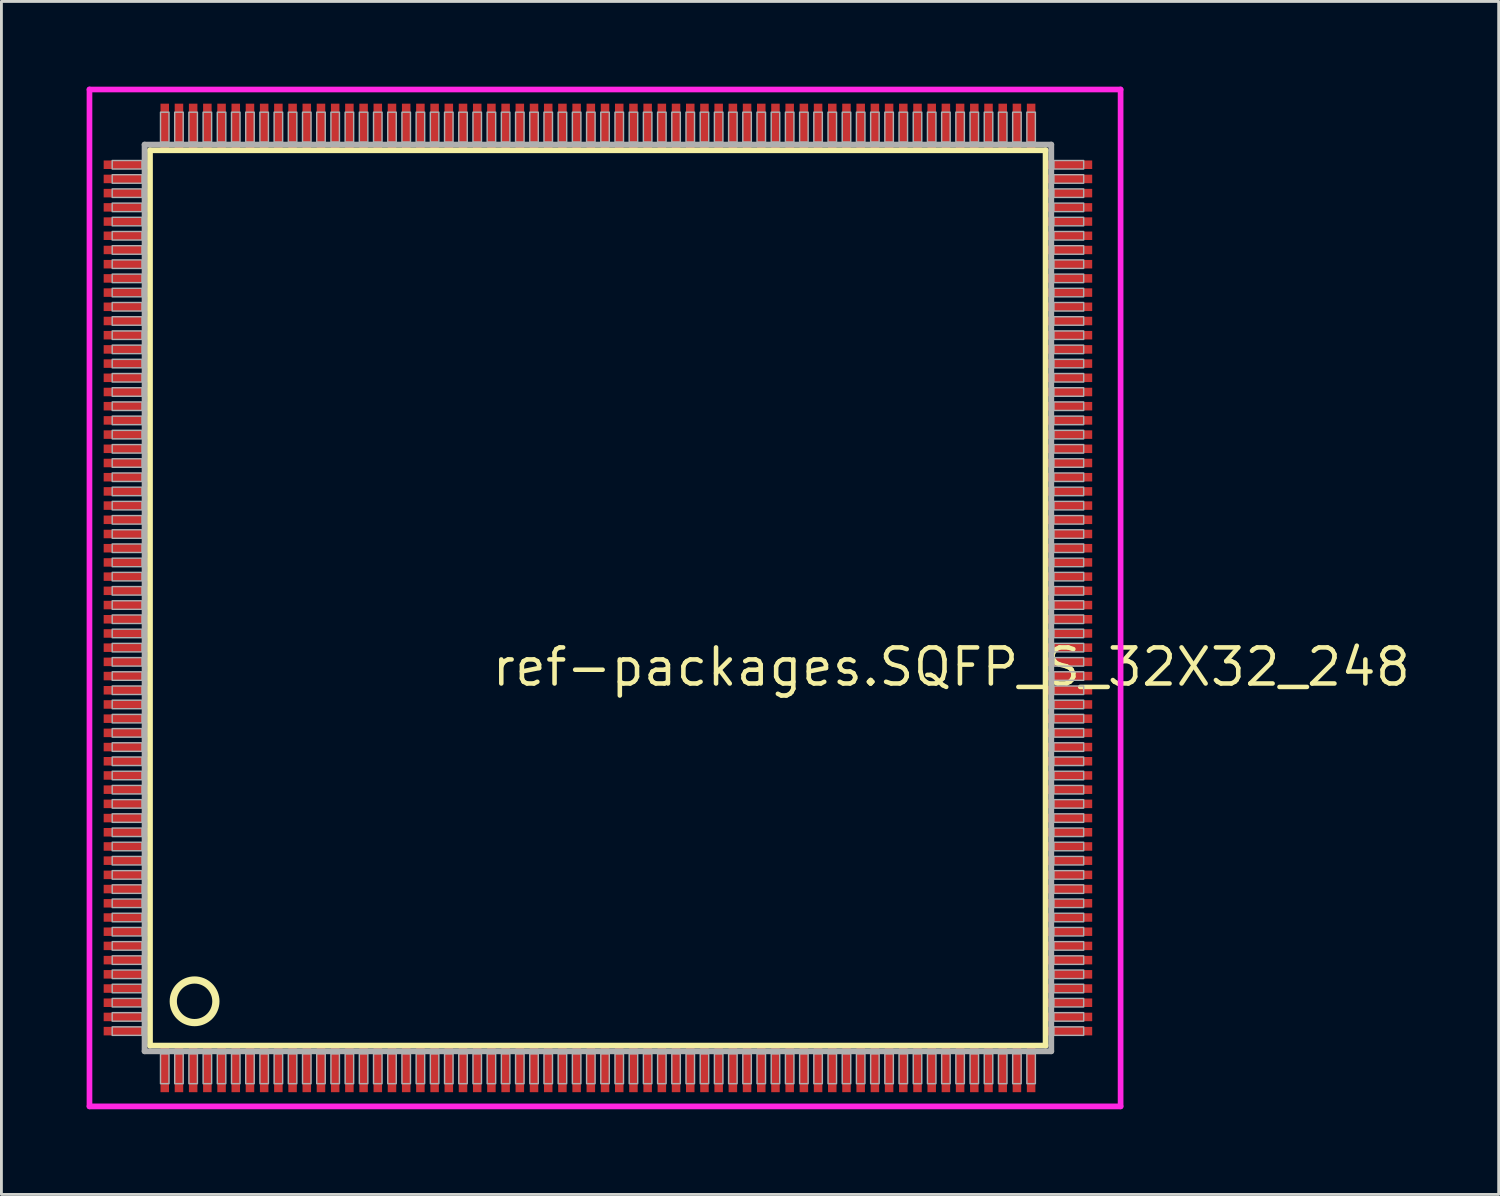
<source format=kicad_pcb>
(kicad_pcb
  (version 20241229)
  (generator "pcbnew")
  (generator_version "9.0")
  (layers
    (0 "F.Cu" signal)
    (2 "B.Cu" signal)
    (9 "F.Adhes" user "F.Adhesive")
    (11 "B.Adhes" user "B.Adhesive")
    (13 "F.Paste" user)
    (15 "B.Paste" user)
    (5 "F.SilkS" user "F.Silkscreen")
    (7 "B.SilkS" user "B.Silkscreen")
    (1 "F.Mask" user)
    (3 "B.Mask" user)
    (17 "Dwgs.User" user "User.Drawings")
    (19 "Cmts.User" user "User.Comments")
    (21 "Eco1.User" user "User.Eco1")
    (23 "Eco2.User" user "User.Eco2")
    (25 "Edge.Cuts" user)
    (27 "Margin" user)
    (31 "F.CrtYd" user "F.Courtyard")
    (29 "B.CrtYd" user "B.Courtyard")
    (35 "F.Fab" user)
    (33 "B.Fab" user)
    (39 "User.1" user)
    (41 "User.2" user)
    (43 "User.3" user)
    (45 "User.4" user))
  (footprint "ref-packages.SQFP_S_32X32_248"
    (layer "F.Cu")
    (at 18 18)
    (property "Reference" "ref-packages.SQFP_S_32X32_248" (at -3.81 3.175 0) (layer "F.SilkS") (effects (font (size 1.27 1.27) (thickness 0.16)) (justify left bottom)))
    (attr smd)
    (fp_line (start -15.77 -15.76) (end 15.76 -15.76) (stroke (width 0.203) (type default)) (layer "F.SilkS"))
    (fp_line (start -15.77 15.76) (end -15.77 -15.76) (stroke (width 0.203) (type default)) (layer "F.SilkS"))
    (fp_line (start 15.76 15.76) (end -15.77 15.76) (stroke (width 0.203) (type default)) (layer "F.SilkS"))
    (fp_line (start 15.76 -15.76) (end 15.76 15.76) (stroke (width 0.203) (type default)) (layer "F.SilkS"))
    (fp_circle (center -14.2 14.2) (end -13.45 14.2) (stroke (width 0.254) (type default)) (fill no) (layer "F.SilkS"))
    (fp_line (start -17.9 -17.9) (end 18.4 -17.9) (stroke (width 0.2) (type default)) (layer "F.CrtYd"))
    (fp_line (start -17.9 17.9) (end -17.9 -17.9) (stroke (width 0.2) (type default)) (layer "F.CrtYd"))
    (fp_line (start 18.4 -17.9) (end 18.4 17.9) (stroke (width 0.2) (type default)) (layer "F.CrtYd"))
    (fp_line (start 18.4 17.9) (end -17.9 17.9) (stroke (width 0.2) (type default)) (layer "F.CrtYd"))
    (fp_line (start -15.96 -15.96) (end -15.96 15.96) (stroke (width 0.203) (type default)) (layer "F.Fab"))
    (fp_line (start -15.96 15.96) (end 15.96 15.96) (stroke (width 0.203) (type default)) (layer "F.Fab"))
    (fp_line (start 15.96 -15.96) (end -15.96 -15.96) (stroke (width 0.203) (type default)) (layer "F.Fab"))
    (fp_line (start 15.96 15.96) (end 15.96 -15.96) (stroke (width 0.203) (type default)) (layer "F.Fab"))
    (fp_rect (start -17.1 -15.1) (end -16.05 -15.4) (stroke (width 0.05) (type default)) (fill no) (layer "F.Fab"))
    (fp_rect (start -17.1 -14.6) (end -16.05 -14.9) (stroke (width 0.05) (type default)) (fill no) (layer "F.Fab"))
    (fp_rect (start -17.1 -14.1) (end -16.05 -14.4) (stroke (width 0.05) (type default)) (fill no) (layer "F.Fab"))
    (fp_rect (start -17.1 -13.6) (end -16.05 -13.9) (stroke (width 0.05) (type default)) (fill no) (layer "F.Fab"))
    (fp_rect (start -17.1 -13.1) (end -16.05 -13.4) (stroke (width 0.05) (type default)) (fill no) (layer "F.Fab"))
    (fp_rect (start -17.1 -12.6) (end -16.05 -12.9) (stroke (width 0.05) (type default)) (fill no) (layer "F.Fab"))
    (fp_rect (start -17.1 -12.1) (end -16.05 -12.4) (stroke (width 0.05) (type default)) (fill no) (layer "F.Fab"))
    (fp_rect (start -17.1 -11.6) (end -16.05 -11.9) (stroke (width 0.05) (type default)) (fill no) (layer "F.Fab"))
    (fp_rect (start -17.1 -11.1) (end -16.05 -11.4) (stroke (width 0.05) (type default)) (fill no) (layer "F.Fab"))
    (fp_rect (start -17.1 -10.6) (end -16.05 -10.9) (stroke (width 0.05) (type default)) (fill no) (layer "F.Fab"))
    (fp_rect (start -17.1 -10.1) (end -16.05 -10.4) (stroke (width 0.05) (type default)) (fill no) (layer "F.Fab"))
    (fp_rect (start -17.1 -9.6) (end -16.05 -9.9) (stroke (width 0.05) (type default)) (fill no) (layer "F.Fab"))
    (fp_rect (start -17.1 -9.1) (end -16.05 -9.4) (stroke (width 0.05) (type default)) (fill no) (layer "F.Fab"))
    (fp_rect (start -17.1 -8.6) (end -16.05 -8.9) (stroke (width 0.05) (type default)) (fill no) (layer "F.Fab"))
    (fp_rect (start -17.1 -8.1) (end -16.05 -8.4) (stroke (width 0.05) (type default)) (fill no) (layer "F.Fab"))
    (fp_rect (start -17.1 -7.6) (end -16.05 -7.9) (stroke (width 0.05) (type default)) (fill no) (layer "F.Fab"))
    (fp_rect (start -17.1 -7.1) (end -16.05 -7.4) (stroke (width 0.05) (type default)) (fill no) (layer "F.Fab"))
    (fp_rect (start -17.1 -6.6) (end -16.05 -6.9) (stroke (width 0.05) (type default)) (fill no) (layer "F.Fab"))
    (fp_rect (start -17.1 -6.1) (end -16.05 -6.4) (stroke (width 0.05) (type default)) (fill no) (layer "F.Fab"))
    (fp_rect (start -17.1 -5.6) (end -16.05 -5.9) (stroke (width 0.05) (type default)) (fill no) (layer "F.Fab"))
    (fp_rect (start -17.1 -5.1) (end -16.05 -5.4) (stroke (width 0.05) (type default)) (fill no) (layer "F.Fab"))
    (fp_rect (start -17.1 -4.6) (end -16.05 -4.9) (stroke (width 0.05) (type default)) (fill no) (layer "F.Fab"))
    (fp_rect (start -17.1 -4.1) (end -16.05 -4.4) (stroke (width 0.05) (type default)) (fill no) (layer "F.Fab"))
    (fp_rect (start -17.1 -3.6) (end -16.05 -3.9) (stroke (width 0.05) (type default)) (fill no) (layer "F.Fab"))
    (fp_rect (start -17.1 -3.1) (end -16.05 -3.4) (stroke (width 0.05) (type default)) (fill no) (layer "F.Fab"))
    (fp_rect (start -17.1 -2.6) (end -16.05 -2.9) (stroke (width 0.05) (type default)) (fill no) (layer "F.Fab"))
    (fp_rect (start -17.1 -2.1) (end -16.05 -2.4) (stroke (width 0.05) (type default)) (fill no) (layer "F.Fab"))
    (fp_rect (start -17.1 -1.6) (end -16.05 -1.9) (stroke (width 0.05) (type default)) (fill no) (layer "F.Fab"))
    (fp_rect (start -17.1 -1.1) (end -16.05 -1.4) (stroke (width 0.05) (type default)) (fill no) (layer "F.Fab"))
    (fp_rect (start -17.1 -0.6) (end -16.05 -0.9) (stroke (width 0.05) (type default)) (fill no) (layer "F.Fab"))
    (fp_rect (start -17.1 -0.1) (end -16.05 -0.4) (stroke (width 0.05) (type default)) (fill no) (layer "F.Fab"))
    (fp_rect (start -17.1 0.4) (end -16.05 0.1) (stroke (width 0.05) (type default)) (fill no) (layer "F.Fab"))
    (fp_rect (start -17.1 0.9) (end -16.05 0.6) (stroke (width 0.05) (type default)) (fill no) (layer "F.Fab"))
    (fp_rect (start -17.1 1.4) (end -16.05 1.1) (stroke (width 0.05) (type default)) (fill no) (layer "F.Fab"))
    (fp_rect (start -17.1 1.9) (end -16.05 1.6) (stroke (width 0.05) (type default)) (fill no) (layer "F.Fab"))
    (fp_rect (start -17.1 2.4) (end -16.05 2.1) (stroke (width 0.05) (type default)) (fill no) (layer "F.Fab"))
    (fp_rect (start -17.1 2.9) (end -16.05 2.6) (stroke (width 0.05) (type default)) (fill no) (layer "F.Fab"))
    (fp_rect (start -17.1 3.4) (end -16.05 3.1) (stroke (width 0.05) (type default)) (fill no) (layer "F.Fab"))
    (fp_rect (start -17.1 3.9) (end -16.05 3.6) (stroke (width 0.05) (type default)) (fill no) (layer "F.Fab"))
    (fp_rect (start -17.1 4.4) (end -16.05 4.1) (stroke (width 0.05) (type default)) (fill no) (layer "F.Fab"))
    (fp_rect (start -17.1 4.9) (end -16.05 4.6) (stroke (width 0.05) (type default)) (fill no) (layer "F.Fab"))
    (fp_rect (start -17.1 5.4) (end -16.05 5.1) (stroke (width 0.05) (type default)) (fill no) (layer "F.Fab"))
    (fp_rect (start -17.1 5.9) (end -16.05 5.6) (stroke (width 0.05) (type default)) (fill no) (layer "F.Fab"))
    (fp_rect (start -17.1 6.4) (end -16.05 6.1) (stroke (width 0.05) (type default)) (fill no) (layer "F.Fab"))
    (fp_rect (start -17.1 6.9) (end -16.05 6.6) (stroke (width 0.05) (type default)) (fill no) (layer "F.Fab"))
    (fp_rect (start -17.1 7.4) (end -16.05 7.1) (stroke (width 0.05) (type default)) (fill no) (layer "F.Fab"))
    (fp_rect (start -17.1 7.9) (end -16.05 7.6) (stroke (width 0.05) (type default)) (fill no) (layer "F.Fab"))
    (fp_rect (start -17.1 8.4) (end -16.05 8.1) (stroke (width 0.05) (type default)) (fill no) (layer "F.Fab"))
    (fp_rect (start -17.1 8.9) (end -16.05 8.6) (stroke (width 0.05) (type default)) (fill no) (layer "F.Fab"))
    (fp_rect (start -17.1 9.4) (end -16.05 9.1) (stroke (width 0.05) (type default)) (fill no) (layer "F.Fab"))
    (fp_rect (start -17.1 9.9) (end -16.05 9.6) (stroke (width 0.05) (type default)) (fill no) (layer "F.Fab"))
    (fp_rect (start -17.1 10.4) (end -16.05 10.1) (stroke (width 0.05) (type default)) (fill no) (layer "F.Fab"))
    (fp_rect (start -17.1 10.9) (end -16.05 10.6) (stroke (width 0.05) (type default)) (fill no) (layer "F.Fab"))
    (fp_rect (start -17.1 11.4) (end -16.05 11.1) (stroke (width 0.05) (type default)) (fill no) (layer "F.Fab"))
    (fp_rect (start -17.1 11.9) (end -16.05 11.6) (stroke (width 0.05) (type default)) (fill no) (layer "F.Fab"))
    (fp_rect (start -17.1 12.4) (end -16.05 12.1) (stroke (width 0.05) (type default)) (fill no) (layer "F.Fab"))
    (fp_rect (start -17.1 12.9) (end -16.05 12.6) (stroke (width 0.05) (type default)) (fill no) (layer "F.Fab"))
    (fp_rect (start -17.1 13.4) (end -16.05 13.1) (stroke (width 0.05) (type default)) (fill no) (layer "F.Fab"))
    (fp_rect (start -17.1 13.9) (end -16.05 13.6) (stroke (width 0.05) (type default)) (fill no) (layer "F.Fab"))
    (fp_rect (start -17.1 14.4) (end -16.05 14.1) (stroke (width 0.05) (type default)) (fill no) (layer "F.Fab"))
    (fp_rect (start -17.1 14.9) (end -16.05 14.6) (stroke (width 0.05) (type default)) (fill no) (layer "F.Fab"))
    (fp_rect (start -17.1 15.4) (end -16.05 15.1) (stroke (width 0.05) (type default)) (fill no) (layer "F.Fab"))
    (fp_rect (start -15.4 -16.05) (end -15.1 -17.1) (stroke (width 0.05) (type default)) (fill no) (layer "F.Fab"))
    (fp_rect (start -15.4 17.1) (end -15.1 16.05) (stroke (width 0.05) (type default)) (fill no) (layer "F.Fab"))
    (fp_rect (start -14.9 -16.05) (end -14.6 -17.1) (stroke (width 0.05) (type default)) (fill no) (layer "F.Fab"))
    (fp_rect (start -14.9 17.1) (end -14.6 16.05) (stroke (width 0.05) (type default)) (fill no) (layer "F.Fab"))
    (fp_rect (start -14.4 -16.05) (end -14.1 -17.1) (stroke (width 0.05) (type default)) (fill no) (layer "F.Fab"))
    (fp_rect (start -14.4 17.1) (end -14.1 16.05) (stroke (width 0.05) (type default)) (fill no) (layer "F.Fab"))
    (fp_rect (start -13.9 -16.05) (end -13.6 -17.1) (stroke (width 0.05) (type default)) (fill no) (layer "F.Fab"))
    (fp_rect (start -13.9 17.1) (end -13.6 16.05) (stroke (width 0.05) (type default)) (fill no) (layer "F.Fab"))
    (fp_rect (start -13.4 -16.05) (end -13.1 -17.1) (stroke (width 0.05) (type default)) (fill no) (layer "F.Fab"))
    (fp_rect (start -13.4 17.1) (end -13.1 16.05) (stroke (width 0.05) (type default)) (fill no) (layer "F.Fab"))
    (fp_rect (start -12.9 -16.05) (end -12.6 -17.1) (stroke (width 0.05) (type default)) (fill no) (layer "F.Fab"))
    (fp_rect (start -12.9 17.1) (end -12.6 16.05) (stroke (width 0.05) (type default)) (fill no) (layer "F.Fab"))
    (fp_rect (start -12.4 -16.05) (end -12.1 -17.1) (stroke (width 0.05) (type default)) (fill no) (layer "F.Fab"))
    (fp_rect (start -12.4 17.1) (end -12.1 16.05) (stroke (width 0.05) (type default)) (fill no) (layer "F.Fab"))
    (fp_rect (start -11.9 -16.05) (end -11.6 -17.1) (stroke (width 0.05) (type default)) (fill no) (layer "F.Fab"))
    (fp_rect (start -11.9 17.1) (end -11.6 16.05) (stroke (width 0.05) (type default)) (fill no) (layer "F.Fab"))
    (fp_rect (start -11.4 -16.05) (end -11.1 -17.1) (stroke (width 0.05) (type default)) (fill no) (layer "F.Fab"))
    (fp_rect (start -11.4 17.1) (end -11.1 16.05) (stroke (width 0.05) (type default)) (fill no) (layer "F.Fab"))
    (fp_rect (start -10.9 -16.05) (end -10.6 -17.1) (stroke (width 0.05) (type default)) (fill no) (layer "F.Fab"))
    (fp_rect (start -10.9 17.1) (end -10.6 16.05) (stroke (width 0.05) (type default)) (fill no) (layer "F.Fab"))
    (fp_rect (start -10.4 -16.05) (end -10.1 -17.1) (stroke (width 0.05) (type default)) (fill no) (layer "F.Fab"))
    (fp_rect (start -10.4 17.1) (end -10.1 16.05) (stroke (width 0.05) (type default)) (fill no) (layer "F.Fab"))
    (fp_rect (start -9.9 -16.05) (end -9.6 -17.1) (stroke (width 0.05) (type default)) (fill no) (layer "F.Fab"))
    (fp_rect (start -9.9 17.1) (end -9.6 16.05) (stroke (width 0.05) (type default)) (fill no) (layer "F.Fab"))
    (fp_rect (start -9.4 -16.05) (end -9.1 -17.1) (stroke (width 0.05) (type default)) (fill no) (layer "F.Fab"))
    (fp_rect (start -9.4 17.1) (end -9.1 16.05) (stroke (width 0.05) (type default)) (fill no) (layer "F.Fab"))
    (fp_rect (start -8.9 -16.05) (end -8.6 -17.1) (stroke (width 0.05) (type default)) (fill no) (layer "F.Fab"))
    (fp_rect (start -8.9 17.1) (end -8.6 16.05) (stroke (width 0.05) (type default)) (fill no) (layer "F.Fab"))
    (fp_rect (start -8.4 -16.05) (end -8.1 -17.1) (stroke (width 0.05) (type default)) (fill no) (layer "F.Fab"))
    (fp_rect (start -8.4 17.1) (end -8.1 16.05) (stroke (width 0.05) (type default)) (fill no) (layer "F.Fab"))
    (fp_rect (start -7.9 -16.05) (end -7.6 -17.1) (stroke (width 0.05) (type default)) (fill no) (layer "F.Fab"))
    (fp_rect (start -7.9 17.1) (end -7.6 16.05) (stroke (width 0.05) (type default)) (fill no) (layer "F.Fab"))
    (fp_rect (start -7.4 -16.05) (end -7.1 -17.1) (stroke (width 0.05) (type default)) (fill no) (layer "F.Fab"))
    (fp_rect (start -7.4 17.1) (end -7.1 16.05) (stroke (width 0.05) (type default)) (fill no) (layer "F.Fab"))
    (fp_rect (start -6.9 -16.05) (end -6.6 -17.1) (stroke (width 0.05) (type default)) (fill no) (layer "F.Fab"))
    (fp_rect (start -6.9 17.1) (end -6.6 16.05) (stroke (width 0.05) (type default)) (fill no) (layer "F.Fab"))
    (fp_rect (start -6.4 -16.05) (end -6.1 -17.1) (stroke (width 0.05) (type default)) (fill no) (layer "F.Fab"))
    (fp_rect (start -6.4 17.1) (end -6.1 16.05) (stroke (width 0.05) (type default)) (fill no) (layer "F.Fab"))
    (fp_rect (start -5.9 -16.05) (end -5.6 -17.1) (stroke (width 0.05) (type default)) (fill no) (layer "F.Fab"))
    (fp_rect (start -5.9 17.1) (end -5.6 16.05) (stroke (width 0.05) (type default)) (fill no) (layer "F.Fab"))
    (fp_rect (start -5.4 -16.05) (end -5.1 -17.1) (stroke (width 0.05) (type default)) (fill no) (layer "F.Fab"))
    (fp_rect (start -5.4 17.1) (end -5.1 16.05) (stroke (width 0.05) (type default)) (fill no) (layer "F.Fab"))
    (fp_rect (start -4.9 -16.05) (end -4.6 -17.1) (stroke (width 0.05) (type default)) (fill no) (layer "F.Fab"))
    (fp_rect (start -4.9 17.1) (end -4.6 16.05) (stroke (width 0.05) (type default)) (fill no) (layer "F.Fab"))
    (fp_rect (start -4.4 -16.05) (end -4.1 -17.1) (stroke (width 0.05) (type default)) (fill no) (layer "F.Fab"))
    (fp_rect (start -4.4 17.1) (end -4.1 16.05) (stroke (width 0.05) (type default)) (fill no) (layer "F.Fab"))
    (fp_rect (start -3.9 -16.05) (end -3.6 -17.1) (stroke (width 0.05) (type default)) (fill no) (layer "F.Fab"))
    (fp_rect (start -3.9 17.1) (end -3.6 16.05) (stroke (width 0.05) (type default)) (fill no) (layer "F.Fab"))
    (fp_rect (start -3.4 -16.05) (end -3.1 -17.1) (stroke (width 0.05) (type default)) (fill no) (layer "F.Fab"))
    (fp_rect (start -3.4 17.1) (end -3.1 16.05) (stroke (width 0.05) (type default)) (fill no) (layer "F.Fab"))
    (fp_rect (start -2.9 -16.05) (end -2.6 -17.1) (stroke (width 0.05) (type default)) (fill no) (layer "F.Fab"))
    (fp_rect (start -2.9 17.1) (end -2.6 16.05) (stroke (width 0.05) (type default)) (fill no) (layer "F.Fab"))
    (fp_rect (start -2.4 -16.05) (end -2.1 -17.1) (stroke (width 0.05) (type default)) (fill no) (layer "F.Fab"))
    (fp_rect (start -2.4 17.1) (end -2.1 16.05) (stroke (width 0.05) (type default)) (fill no) (layer "F.Fab"))
    (fp_rect (start -1.9 -16.05) (end -1.6 -17.1) (stroke (width 0.05) (type default)) (fill no) (layer "F.Fab"))
    (fp_rect (start -1.9 17.1) (end -1.6 16.05) (stroke (width 0.05) (type default)) (fill no) (layer "F.Fab"))
    (fp_rect (start -1.4 -16.05) (end -1.1 -17.1) (stroke (width 0.05) (type default)) (fill no) (layer "F.Fab"))
    (fp_rect (start -1.4 17.1) (end -1.1 16.05) (stroke (width 0.05) (type default)) (fill no) (layer "F.Fab"))
    (fp_rect (start -0.9 -16.05) (end -0.6 -17.1) (stroke (width 0.05) (type default)) (fill no) (layer "F.Fab"))
    (fp_rect (start -0.9 17.1) (end -0.6 16.05) (stroke (width 0.05) (type default)) (fill no) (layer "F.Fab"))
    (fp_rect (start -0.4 -16.05) (end -0.1 -17.1) (stroke (width 0.05) (type default)) (fill no) (layer "F.Fab"))
    (fp_rect (start -0.4 17.1) (end -0.1 16.05) (stroke (width 0.05) (type default)) (fill no) (layer "F.Fab"))
    (fp_rect (start 0.1 -16.05) (end 0.4 -17.1) (stroke (width 0.05) (type default)) (fill no) (layer "F.Fab"))
    (fp_rect (start 0.1 17.1) (end 0.4 16.05) (stroke (width 0.05) (type default)) (fill no) (layer "F.Fab"))
    (fp_rect (start 0.6 -16.05) (end 0.9 -17.1) (stroke (width 0.05) (type default)) (fill no) (layer "F.Fab"))
    (fp_rect (start 0.6 17.1) (end 0.9 16.05) (stroke (width 0.05) (type default)) (fill no) (layer "F.Fab"))
    (fp_rect (start 1.1 -16.05) (end 1.4 -17.1) (stroke (width 0.05) (type default)) (fill no) (layer "F.Fab"))
    (fp_rect (start 1.1 17.1) (end 1.4 16.05) (stroke (width 0.05) (type default)) (fill no) (layer "F.Fab"))
    (fp_rect (start 1.6 -16.05) (end 1.9 -17.1) (stroke (width 0.05) (type default)) (fill no) (layer "F.Fab"))
    (fp_rect (start 1.6 17.1) (end 1.9 16.05) (stroke (width 0.05) (type default)) (fill no) (layer "F.Fab"))
    (fp_rect (start 2.1 -16.05) (end 2.4 -17.1) (stroke (width 0.05) (type default)) (fill no) (layer "F.Fab"))
    (fp_rect (start 2.1 17.1) (end 2.4 16.05) (stroke (width 0.05) (type default)) (fill no) (layer "F.Fab"))
    (fp_rect (start 2.6 -16.05) (end 2.9 -17.1) (stroke (width 0.05) (type default)) (fill no) (layer "F.Fab"))
    (fp_rect (start 2.6 17.1) (end 2.9 16.05) (stroke (width 0.05) (type default)) (fill no) (layer "F.Fab"))
    (fp_rect (start 3.1 -16.05) (end 3.4 -17.1) (stroke (width 0.05) (type default)) (fill no) (layer "F.Fab"))
    (fp_rect (start 3.1 17.1) (end 3.4 16.05) (stroke (width 0.05) (type default)) (fill no) (layer "F.Fab"))
    (fp_rect (start 3.6 -16.05) (end 3.9 -17.1) (stroke (width 0.05) (type default)) (fill no) (layer "F.Fab"))
    (fp_rect (start 3.6 17.1) (end 3.9 16.05) (stroke (width 0.05) (type default)) (fill no) (layer "F.Fab"))
    (fp_rect (start 4.1 -16.05) (end 4.4 -17.1) (stroke (width 0.05) (type default)) (fill no) (layer "F.Fab"))
    (fp_rect (start 4.1 17.1) (end 4.4 16.05) (stroke (width 0.05) (type default)) (fill no) (layer "F.Fab"))
    (fp_rect (start 4.6 -16.05) (end 4.9 -17.1) (stroke (width 0.05) (type default)) (fill no) (layer "F.Fab"))
    (fp_rect (start 4.6 17.1) (end 4.9 16.05) (stroke (width 0.05) (type default)) (fill no) (layer "F.Fab"))
    (fp_rect (start 5.1 -16.05) (end 5.4 -17.1) (stroke (width 0.05) (type default)) (fill no) (layer "F.Fab"))
    (fp_rect (start 5.1 17.1) (end 5.4 16.05) (stroke (width 0.05) (type default)) (fill no) (layer "F.Fab"))
    (fp_rect (start 5.6 -16.05) (end 5.9 -17.1) (stroke (width 0.05) (type default)) (fill no) (layer "F.Fab"))
    (fp_rect (start 5.6 17.1) (end 5.9 16.05) (stroke (width 0.05) (type default)) (fill no) (layer "F.Fab"))
    (fp_rect (start 6.1 -16.05) (end 6.4 -17.1) (stroke (width 0.05) (type default)) (fill no) (layer "F.Fab"))
    (fp_rect (start 6.1 17.1) (end 6.4 16.05) (stroke (width 0.05) (type default)) (fill no) (layer "F.Fab"))
    (fp_rect (start 6.6 -16.05) (end 6.9 -17.1) (stroke (width 0.05) (type default)) (fill no) (layer "F.Fab"))
    (fp_rect (start 6.6 17.1) (end 6.9 16.05) (stroke (width 0.05) (type default)) (fill no) (layer "F.Fab"))
    (fp_rect (start 7.1 -16.05) (end 7.4 -17.1) (stroke (width 0.05) (type default)) (fill no) (layer "F.Fab"))
    (fp_rect (start 7.1 17.1) (end 7.4 16.05) (stroke (width 0.05) (type default)) (fill no) (layer "F.Fab"))
    (fp_rect (start 7.6 -16.05) (end 7.9 -17.1) (stroke (width 0.05) (type default)) (fill no) (layer "F.Fab"))
    (fp_rect (start 7.6 17.1) (end 7.9 16.05) (stroke (width 0.05) (type default)) (fill no) (layer "F.Fab"))
    (fp_rect (start 8.1 -16.05) (end 8.4 -17.1) (stroke (width 0.05) (type default)) (fill no) (layer "F.Fab"))
    (fp_rect (start 8.1 17.1) (end 8.4 16.05) (stroke (width 0.05) (type default)) (fill no) (layer "F.Fab"))
    (fp_rect (start 8.6 -16.05) (end 8.9 -17.1) (stroke (width 0.05) (type default)) (fill no) (layer "F.Fab"))
    (fp_rect (start 8.6 17.1) (end 8.9 16.05) (stroke (width 0.05) (type default)) (fill no) (layer "F.Fab"))
    (fp_rect (start 9.1 -16.05) (end 9.4 -17.1) (stroke (width 0.05) (type default)) (fill no) (layer "F.Fab"))
    (fp_rect (start 9.1 17.1) (end 9.4 16.05) (stroke (width 0.05) (type default)) (fill no) (layer "F.Fab"))
    (fp_rect (start 9.6 -16.05) (end 9.9 -17.1) (stroke (width 0.05) (type default)) (fill no) (layer "F.Fab"))
    (fp_rect (start 9.6 17.1) (end 9.9 16.05) (stroke (width 0.05) (type default)) (fill no) (layer "F.Fab"))
    (fp_rect (start 10.1 -16.05) (end 10.4 -17.1) (stroke (width 0.05) (type default)) (fill no) (layer "F.Fab"))
    (fp_rect (start 10.1 17.1) (end 10.4 16.05) (stroke (width 0.05) (type default)) (fill no) (layer "F.Fab"))
    (fp_rect (start 10.6 -16.05) (end 10.9 -17.1) (stroke (width 0.05) (type default)) (fill no) (layer "F.Fab"))
    (fp_rect (start 10.6 17.1) (end 10.9 16.05) (stroke (width 0.05) (type default)) (fill no) (layer "F.Fab"))
    (fp_rect (start 11.1 -16.05) (end 11.4 -17.1) (stroke (width 0.05) (type default)) (fill no) (layer "F.Fab"))
    (fp_rect (start 11.1 17.1) (end 11.4 16.05) (stroke (width 0.05) (type default)) (fill no) (layer "F.Fab"))
    (fp_rect (start 11.6 -16.05) (end 11.9 -17.1) (stroke (width 0.05) (type default)) (fill no) (layer "F.Fab"))
    (fp_rect (start 11.6 17.1) (end 11.9 16.05) (stroke (width 0.05) (type default)) (fill no) (layer "F.Fab"))
    (fp_rect (start 12.1 -16.05) (end 12.4 -17.1) (stroke (width 0.05) (type default)) (fill no) (layer "F.Fab"))
    (fp_rect (start 12.1 17.1) (end 12.4 16.05) (stroke (width 0.05) (type default)) (fill no) (layer "F.Fab"))
    (fp_rect (start 12.6 -16.05) (end 12.9 -17.1) (stroke (width 0.05) (type default)) (fill no) (layer "F.Fab"))
    (fp_rect (start 12.6 17.1) (end 12.9 16.05) (stroke (width 0.05) (type default)) (fill no) (layer "F.Fab"))
    (fp_rect (start 13.1 -16.05) (end 13.4 -17.1) (stroke (width 0.05) (type default)) (fill no) (layer "F.Fab"))
    (fp_rect (start 13.1 17.1) (end 13.4 16.05) (stroke (width 0.05) (type default)) (fill no) (layer "F.Fab"))
    (fp_rect (start 13.6 -16.05) (end 13.9 -17.1) (stroke (width 0.05) (type default)) (fill no) (layer "F.Fab"))
    (fp_rect (start 13.6 17.1) (end 13.9 16.05) (stroke (width 0.05) (type default)) (fill no) (layer "F.Fab"))
    (fp_rect (start 14.1 -16.05) (end 14.4 -17.1) (stroke (width 0.05) (type default)) (fill no) (layer "F.Fab"))
    (fp_rect (start 14.1 17.1) (end 14.4 16.05) (stroke (width 0.05) (type default)) (fill no) (layer "F.Fab"))
    (fp_rect (start 14.6 -16.05) (end 14.9 -17.1) (stroke (width 0.05) (type default)) (fill no) (layer "F.Fab"))
    (fp_rect (start 14.6 17.1) (end 14.9 16.05) (stroke (width 0.05) (type default)) (fill no) (layer "F.Fab"))
    (fp_rect (start 15.1 -16.05) (end 15.4 -17.1) (stroke (width 0.05) (type default)) (fill no) (layer "F.Fab"))
    (fp_rect (start 15.1 17.1) (end 15.4 16.05) (stroke (width 0.05) (type default)) (fill no) (layer "F.Fab"))
    (fp_rect (start 16.05 -15.1) (end 17.1 -15.4) (stroke (width 0.05) (type default)) (fill no) (layer "F.Fab"))
    (fp_rect (start 16.05 -14.6) (end 17.1 -14.9) (stroke (width 0.05) (type default)) (fill no) (layer "F.Fab"))
    (fp_rect (start 16.05 -14.1) (end 17.1 -14.4) (stroke (width 0.05) (type default)) (fill no) (layer "F.Fab"))
    (fp_rect (start 16.05 -13.6) (end 17.1 -13.9) (stroke (width 0.05) (type default)) (fill no) (layer "F.Fab"))
    (fp_rect (start 16.05 -13.1) (end 17.1 -13.4) (stroke (width 0.05) (type default)) (fill no) (layer "F.Fab"))
    (fp_rect (start 16.05 -12.6) (end 17.1 -12.9) (stroke (width 0.05) (type default)) (fill no) (layer "F.Fab"))
    (fp_rect (start 16.05 -12.1) (end 17.1 -12.4) (stroke (width 0.05) (type default)) (fill no) (layer "F.Fab"))
    (fp_rect (start 16.05 -11.6) (end 17.1 -11.9) (stroke (width 0.05) (type default)) (fill no) (layer "F.Fab"))
    (fp_rect (start 16.05 -11.1) (end 17.1 -11.4) (stroke (width 0.05) (type default)) (fill no) (layer "F.Fab"))
    (fp_rect (start 16.05 -10.6) (end 17.1 -10.9) (stroke (width 0.05) (type default)) (fill no) (layer "F.Fab"))
    (fp_rect (start 16.05 -10.1) (end 17.1 -10.4) (stroke (width 0.05) (type default)) (fill no) (layer "F.Fab"))
    (fp_rect (start 16.05 -9.6) (end 17.1 -9.9) (stroke (width 0.05) (type default)) (fill no) (layer "F.Fab"))
    (fp_rect (start 16.05 -9.1) (end 17.1 -9.4) (stroke (width 0.05) (type default)) (fill no) (layer "F.Fab"))
    (fp_rect (start 16.05 -8.6) (end 17.1 -8.9) (stroke (width 0.05) (type default)) (fill no) (layer "F.Fab"))
    (fp_rect (start 16.05 -8.1) (end 17.1 -8.4) (stroke (width 0.05) (type default)) (fill no) (layer "F.Fab"))
    (fp_rect (start 16.05 -7.6) (end 17.1 -7.9) (stroke (width 0.05) (type default)) (fill no) (layer "F.Fab"))
    (fp_rect (start 16.05 -7.1) (end 17.1 -7.4) (stroke (width 0.05) (type default)) (fill no) (layer "F.Fab"))
    (fp_rect (start 16.05 -6.6) (end 17.1 -6.9) (stroke (width 0.05) (type default)) (fill no) (layer "F.Fab"))
    (fp_rect (start 16.05 -6.1) (end 17.1 -6.4) (stroke (width 0.05) (type default)) (fill no) (layer "F.Fab"))
    (fp_rect (start 16.05 -5.6) (end 17.1 -5.9) (stroke (width 0.05) (type default)) (fill no) (layer "F.Fab"))
    (fp_rect (start 16.05 -5.1) (end 17.1 -5.4) (stroke (width 0.05) (type default)) (fill no) (layer "F.Fab"))
    (fp_rect (start 16.05 -4.6) (end 17.1 -4.9) (stroke (width 0.05) (type default)) (fill no) (layer "F.Fab"))
    (fp_rect (start 16.05 -4.1) (end 17.1 -4.4) (stroke (width 0.05) (type default)) (fill no) (layer "F.Fab"))
    (fp_rect (start 16.05 -3.6) (end 17.1 -3.9) (stroke (width 0.05) (type default)) (fill no) (layer "F.Fab"))
    (fp_rect (start 16.05 -3.1) (end 17.1 -3.4) (stroke (width 0.05) (type default)) (fill no) (layer "F.Fab"))
    (fp_rect (start 16.05 -2.6) (end 17.1 -2.9) (stroke (width 0.05) (type default)) (fill no) (layer "F.Fab"))
    (fp_rect (start 16.05 -2.1) (end 17.1 -2.4) (stroke (width 0.05) (type default)) (fill no) (layer "F.Fab"))
    (fp_rect (start 16.05 -1.6) (end 17.1 -1.9) (stroke (width 0.05) (type default)) (fill no) (layer "F.Fab"))
    (fp_rect (start 16.05 -1.1) (end 17.1 -1.4) (stroke (width 0.05) (type default)) (fill no) (layer "F.Fab"))
    (fp_rect (start 16.05 -0.6) (end 17.1 -0.9) (stroke (width 0.05) (type default)) (fill no) (layer "F.Fab"))
    (fp_rect (start 16.05 -0.1) (end 17.1 -0.4) (stroke (width 0.05) (type default)) (fill no) (layer "F.Fab"))
    (fp_rect (start 16.05 0.4) (end 17.1 0.1) (stroke (width 0.05) (type default)) (fill no) (layer "F.Fab"))
    (fp_rect (start 16.05 0.9) (end 17.1 0.6) (stroke (width 0.05) (type default)) (fill no) (layer "F.Fab"))
    (fp_rect (start 16.05 1.4) (end 17.1 1.1) (stroke (width 0.05) (type default)) (fill no) (layer "F.Fab"))
    (fp_rect (start 16.05 1.9) (end 17.1 1.6) (stroke (width 0.05) (type default)) (fill no) (layer "F.Fab"))
    (fp_rect (start 16.05 2.4) (end 17.1 2.1) (stroke (width 0.05) (type default)) (fill no) (layer "F.Fab"))
    (fp_rect (start 16.05 2.9) (end 17.1 2.6) (stroke (width 0.05) (type default)) (fill no) (layer "F.Fab"))
    (fp_rect (start 16.05 3.4) (end 17.1 3.1) (stroke (width 0.05) (type default)) (fill no) (layer "F.Fab"))
    (fp_rect (start 16.05 3.9) (end 17.1 3.6) (stroke (width 0.05) (type default)) (fill no) (layer "F.Fab"))
    (fp_rect (start 16.05 4.4) (end 17.1 4.1) (stroke (width 0.05) (type default)) (fill no) (layer "F.Fab"))
    (fp_rect (start 16.05 4.9) (end 17.1 4.6) (stroke (width 0.05) (type default)) (fill no) (layer "F.Fab"))
    (fp_rect (start 16.05 5.4) (end 17.1 5.1) (stroke (width 0.05) (type default)) (fill no) (layer "F.Fab"))
    (fp_rect (start 16.05 5.9) (end 17.1 5.6) (stroke (width 0.05) (type default)) (fill no) (layer "F.Fab"))
    (fp_rect (start 16.05 6.4) (end 17.1 6.1) (stroke (width 0.05) (type default)) (fill no) (layer "F.Fab"))
    (fp_rect (start 16.05 6.9) (end 17.1 6.6) (stroke (width 0.05) (type default)) (fill no) (layer "F.Fab"))
    (fp_rect (start 16.05 7.4) (end 17.1 7.1) (stroke (width 0.05) (type default)) (fill no) (layer "F.Fab"))
    (fp_rect (start 16.05 7.9) (end 17.1 7.6) (stroke (width 0.05) (type default)) (fill no) (layer "F.Fab"))
    (fp_rect (start 16.05 8.4) (end 17.1 8.1) (stroke (width 0.05) (type default)) (fill no) (layer "F.Fab"))
    (fp_rect (start 16.05 8.9) (end 17.1 8.6) (stroke (width 0.05) (type default)) (fill no) (layer "F.Fab"))
    (fp_rect (start 16.05 9.4) (end 17.1 9.1) (stroke (width 0.05) (type default)) (fill no) (layer "F.Fab"))
    (fp_rect (start 16.05 9.9) (end 17.1 9.6) (stroke (width 0.05) (type default)) (fill no) (layer "F.Fab"))
    (fp_rect (start 16.05 10.4) (end 17.1 10.1) (stroke (width 0.05) (type default)) (fill no) (layer "F.Fab"))
    (fp_rect (start 16.05 10.9) (end 17.1 10.6) (stroke (width 0.05) (type default)) (fill no) (layer "F.Fab"))
    (fp_rect (start 16.05 11.4) (end 17.1 11.1) (stroke (width 0.05) (type default)) (fill no) (layer "F.Fab"))
    (fp_rect (start 16.05 11.9) (end 17.1 11.6) (stroke (width 0.05) (type default)) (fill no) (layer "F.Fab"))
    (fp_rect (start 16.05 12.4) (end 17.1 12.1) (stroke (width 0.05) (type default)) (fill no) (layer "F.Fab"))
    (fp_rect (start 16.05 12.9) (end 17.1 12.6) (stroke (width 0.05) (type default)) (fill no) (layer "F.Fab"))
    (fp_rect (start 16.05 13.4) (end 17.1 13.1) (stroke (width 0.05) (type default)) (fill no) (layer "F.Fab"))
    (fp_rect (start 16.05 13.9) (end 17.1 13.6) (stroke (width 0.05) (type default)) (fill no) (layer "F.Fab"))
    (fp_rect (start 16.05 14.4) (end 17.1 14.1) (stroke (width 0.05) (type default)) (fill no) (layer "F.Fab"))
    (fp_rect (start 16.05 14.9) (end 17.1 14.6) (stroke (width 0.05) (type default)) (fill no) (layer "F.Fab"))
    (fp_rect (start 16.05 15.4) (end 17.1 15.1) (stroke (width 0.05) (type default)) (fill no) (layer "F.Fab"))
    (pad "1" smd roundrect (at -15.25 16.6) (size 0.3 1.6) (layers "F.Cu" "F.Mask" "F.Paste") (roundrect_rratio 0.01))
    (pad "2" smd roundrect (at -14.75 16.6) (size 0.3 1.6) (layers "F.Cu" "F.Mask" "F.Paste") (roundrect_rratio 0.01))
    (pad "3" smd roundrect (at -14.25 16.6) (size 0.3 1.6) (layers "F.Cu" "F.Mask" "F.Paste") (roundrect_rratio 0.01))
    (pad "4" smd roundrect (at -13.75 16.6) (size 0.3 1.6) (layers "F.Cu" "F.Mask" "F.Paste") (roundrect_rratio 0.01))
    (pad "5" smd roundrect (at -13.25 16.6) (size 0.3 1.6) (layers "F.Cu" "F.Mask" "F.Paste") (roundrect_rratio 0.01))
    (pad "6" smd roundrect (at -12.75 16.6) (size 0.3 1.6) (layers "F.Cu" "F.Mask" "F.Paste") (roundrect_rratio 0.01))
    (pad "7" smd roundrect (at -12.25 16.6) (size 0.3 1.6) (layers "F.Cu" "F.Mask" "F.Paste") (roundrect_rratio 0.01))
    (pad "8" smd roundrect (at -11.75 16.6) (size 0.3 1.6) (layers "F.Cu" "F.Mask" "F.Paste") (roundrect_rratio 0.01))
    (pad "9" smd roundrect (at -11.25 16.6) (size 0.3 1.6) (layers "F.Cu" "F.Mask" "F.Paste") (roundrect_rratio 0.01))
    (pad "10" smd roundrect (at -10.75 16.6) (size 0.3 1.6) (layers "F.Cu" "F.Mask" "F.Paste") (roundrect_rratio 0.01))
    (pad "11" smd roundrect (at -10.25 16.6) (size 0.3 1.6) (layers "F.Cu" "F.Mask" "F.Paste") (roundrect_rratio 0.01))
    (pad "12" smd roundrect (at -9.75 16.6) (size 0.3 1.6) (layers "F.Cu" "F.Mask" "F.Paste") (roundrect_rratio 0.01))
    (pad "13" smd roundrect (at -9.25 16.6) (size 0.3 1.6) (layers "F.Cu" "F.Mask" "F.Paste") (roundrect_rratio 0.01))
    (pad "14" smd roundrect (at -8.75 16.6) (size 0.3 1.6) (layers "F.Cu" "F.Mask" "F.Paste") (roundrect_rratio 0.01))
    (pad "15" smd roundrect (at -8.25 16.6) (size 0.3 1.6) (layers "F.Cu" "F.Mask" "F.Paste") (roundrect_rratio 0.01))
    (pad "16" smd roundrect (at -7.75 16.6) (size 0.3 1.6) (layers "F.Cu" "F.Mask" "F.Paste") (roundrect_rratio 0.01))
    (pad "17" smd roundrect (at -7.25 16.6) (size 0.3 1.6) (layers "F.Cu" "F.Mask" "F.Paste") (roundrect_rratio 0.01))
    (pad "18" smd roundrect (at -6.75 16.6) (size 0.3 1.6) (layers "F.Cu" "F.Mask" "F.Paste") (roundrect_rratio 0.01))
    (pad "19" smd roundrect (at -6.25 16.6) (size 0.3 1.6) (layers "F.Cu" "F.Mask" "F.Paste") (roundrect_rratio 0.01))
    (pad "20" smd roundrect (at -5.75 16.6) (size 0.3 1.6) (layers "F.Cu" "F.Mask" "F.Paste") (roundrect_rratio 0.01))
    (pad "21" smd roundrect (at -5.25 16.6) (size 0.3 1.6) (layers "F.Cu" "F.Mask" "F.Paste") (roundrect_rratio 0.01))
    (pad "22" smd roundrect (at -4.75 16.6) (size 0.3 1.6) (layers "F.Cu" "F.Mask" "F.Paste") (roundrect_rratio 0.01))
    (pad "23" smd roundrect (at -4.25 16.6) (size 0.3 1.6) (layers "F.Cu" "F.Mask" "F.Paste") (roundrect_rratio 0.01))
    (pad "24" smd roundrect (at -3.75 16.6) (size 0.3 1.6) (layers "F.Cu" "F.Mask" "F.Paste") (roundrect_rratio 0.01))
    (pad "25" smd roundrect (at -3.25 16.6) (size 0.3 1.6) (layers "F.Cu" "F.Mask" "F.Paste") (roundrect_rratio 0.01))
    (pad "26" smd roundrect (at -2.75 16.6) (size 0.3 1.6) (layers "F.Cu" "F.Mask" "F.Paste") (roundrect_rratio 0.01))
    (pad "27" smd roundrect (at -2.25 16.6) (size 0.3 1.6) (layers "F.Cu" "F.Mask" "F.Paste") (roundrect_rratio 0.01))
    (pad "28" smd roundrect (at -1.75 16.6) (size 0.3 1.6) (layers "F.Cu" "F.Mask" "F.Paste") (roundrect_rratio 0.01))
    (pad "29" smd roundrect (at -1.25 16.6) (size 0.3 1.6) (layers "F.Cu" "F.Mask" "F.Paste") (roundrect_rratio 0.01))
    (pad "30" smd roundrect (at -0.75 16.6) (size 0.3 1.6) (layers "F.Cu" "F.Mask" "F.Paste") (roundrect_rratio 0.01))
    (pad "31" smd roundrect (at -0.25 16.6) (size 0.3 1.6) (layers "F.Cu" "F.Mask" "F.Paste") (roundrect_rratio 0.01))
    (pad "32" smd roundrect (at 0.25 16.6) (size 0.3 1.6) (layers "F.Cu" "F.Mask" "F.Paste") (roundrect_rratio 0.01))
    (pad "33" smd roundrect (at 0.75 16.6) (size 0.3 1.6) (layers "F.Cu" "F.Mask" "F.Paste") (roundrect_rratio 0.01))
    (pad "34" smd roundrect (at 1.25 16.6) (size 0.3 1.6) (layers "F.Cu" "F.Mask" "F.Paste") (roundrect_rratio 0.01))
    (pad "35" smd roundrect (at 1.75 16.6) (size 0.3 1.6) (layers "F.Cu" "F.Mask" "F.Paste") (roundrect_rratio 0.01))
    (pad "36" smd roundrect (at 2.25 16.6) (size 0.3 1.6) (layers "F.Cu" "F.Mask" "F.Paste") (roundrect_rratio 0.01))
    (pad "37" smd roundrect (at 2.75 16.6) (size 0.3 1.6) (layers "F.Cu" "F.Mask" "F.Paste") (roundrect_rratio 0.01))
    (pad "38" smd roundrect (at 3.25 16.6) (size 0.3 1.6) (layers "F.Cu" "F.Mask" "F.Paste") (roundrect_rratio 0.01))
    (pad "39" smd roundrect (at 3.75 16.6) (size 0.3 1.6) (layers "F.Cu" "F.Mask" "F.Paste") (roundrect_rratio 0.01))
    (pad "40" smd roundrect (at 4.25 16.6) (size 0.3 1.6) (layers "F.Cu" "F.Mask" "F.Paste") (roundrect_rratio 0.01))
    (pad "41" smd roundrect (at 4.75 16.6) (size 0.3 1.6) (layers "F.Cu" "F.Mask" "F.Paste") (roundrect_rratio 0.01))
    (pad "42" smd roundrect (at 5.25 16.6) (size 0.3 1.6) (layers "F.Cu" "F.Mask" "F.Paste") (roundrect_rratio 0.01))
    (pad "43" smd roundrect (at 5.75 16.6) (size 0.3 1.6) (layers "F.Cu" "F.Mask" "F.Paste") (roundrect_rratio 0.01))
    (pad "44" smd roundrect (at 6.25 16.6) (size 0.3 1.6) (layers "F.Cu" "F.Mask" "F.Paste") (roundrect_rratio 0.01))
    (pad "45" smd roundrect (at 6.75 16.6) (size 0.3 1.6) (layers "F.Cu" "F.Mask" "F.Paste") (roundrect_rratio 0.01))
    (pad "46" smd roundrect (at 7.25 16.6) (size 0.3 1.6) (layers "F.Cu" "F.Mask" "F.Paste") (roundrect_rratio 0.01))
    (pad "47" smd roundrect (at 7.75 16.6) (size 0.3 1.6) (layers "F.Cu" "F.Mask" "F.Paste") (roundrect_rratio 0.01))
    (pad "48" smd roundrect (at 8.25 16.6) (size 0.3 1.6) (layers "F.Cu" "F.Mask" "F.Paste") (roundrect_rratio 0.01))
    (pad "49" smd roundrect (at 8.75 16.6) (size 0.3 1.6) (layers "F.Cu" "F.Mask" "F.Paste") (roundrect_rratio 0.01))
    (pad "50" smd roundrect (at 9.25 16.6) (size 0.3 1.6) (layers "F.Cu" "F.Mask" "F.Paste") (roundrect_rratio 0.01))
    (pad "51" smd roundrect (at 9.75 16.6) (size 0.3 1.6) (layers "F.Cu" "F.Mask" "F.Paste") (roundrect_rratio 0.01))
    (pad "52" smd roundrect (at 10.25 16.6) (size 0.3 1.6) (layers "F.Cu" "F.Mask" "F.Paste") (roundrect_rratio 0.01))
    (pad "53" smd roundrect (at 10.75 16.6) (size 0.3 1.6) (layers "F.Cu" "F.Mask" "F.Paste") (roundrect_rratio 0.01))
    (pad "54" smd roundrect (at 11.25 16.6) (size 0.3 1.6) (layers "F.Cu" "F.Mask" "F.Paste") (roundrect_rratio 0.01))
    (pad "55" smd roundrect (at 11.75 16.6) (size 0.3 1.6) (layers "F.Cu" "F.Mask" "F.Paste") (roundrect_rratio 0.01))
    (pad "56" smd roundrect (at 12.25 16.6) (size 0.3 1.6) (layers "F.Cu" "F.Mask" "F.Paste") (roundrect_rratio 0.01))
    (pad "57" smd roundrect (at 12.75 16.6) (size 0.3 1.6) (layers "F.Cu" "F.Mask" "F.Paste") (roundrect_rratio 0.01))
    (pad "58" smd roundrect (at 13.25 16.6) (size 0.3 1.6) (layers "F.Cu" "F.Mask" "F.Paste") (roundrect_rratio 0.01))
    (pad "59" smd roundrect (at 13.75 16.6) (size 0.3 1.6) (layers "F.Cu" "F.Mask" "F.Paste") (roundrect_rratio 0.01))
    (pad "60" smd roundrect (at 14.25 16.6) (size 0.3 1.6) (layers "F.Cu" "F.Mask" "F.Paste") (roundrect_rratio 0.01))
    (pad "61" smd roundrect (at 14.75 16.6) (size 0.3 1.6) (layers "F.Cu" "F.Mask" "F.Paste") (roundrect_rratio 0.01))
    (pad "62" smd roundrect (at 15.25 16.6) (size 0.3 1.6) (layers "F.Cu" "F.Mask" "F.Paste") (roundrect_rratio 0.01))
    (pad "63" smd roundrect (at 16.6 15.25) (size 1.6 0.3) (layers "F.Cu" "F.Mask" "F.Paste") (roundrect_rratio 0.01))
    (pad "64" smd roundrect (at 16.6 14.75) (size 1.6 0.3) (layers "F.Cu" "F.Mask" "F.Paste") (roundrect_rratio 0.01))
    (pad "65" smd roundrect (at 16.6 14.25) (size 1.6 0.3) (layers "F.Cu" "F.Mask" "F.Paste") (roundrect_rratio 0.01))
    (pad "66" smd roundrect (at 16.6 13.75) (size 1.6 0.3) (layers "F.Cu" "F.Mask" "F.Paste") (roundrect_rratio 0.01))
    (pad "67" smd roundrect (at 16.6 13.25) (size 1.6 0.3) (layers "F.Cu" "F.Mask" "F.Paste") (roundrect_rratio 0.01))
    (pad "68" smd roundrect (at 16.6 12.75) (size 1.6 0.3) (layers "F.Cu" "F.Mask" "F.Paste") (roundrect_rratio 0.01))
    (pad "69" smd roundrect (at 16.6 12.25) (size 1.6 0.3) (layers "F.Cu" "F.Mask" "F.Paste") (roundrect_rratio 0.01))
    (pad "70" smd roundrect (at 16.6 11.75) (size 1.6 0.3) (layers "F.Cu" "F.Mask" "F.Paste") (roundrect_rratio 0.01))
    (pad "71" smd roundrect (at 16.6 11.25) (size 1.6 0.3) (layers "F.Cu" "F.Mask" "F.Paste") (roundrect_rratio 0.01))
    (pad "72" smd roundrect (at 16.6 10.75) (size 1.6 0.3) (layers "F.Cu" "F.Mask" "F.Paste") (roundrect_rratio 0.01))
    (pad "73" smd roundrect (at 16.6 10.25) (size 1.6 0.3) (layers "F.Cu" "F.Mask" "F.Paste") (roundrect_rratio 0.01))
    (pad "74" smd roundrect (at 16.6 9.75) (size 1.6 0.3) (layers "F.Cu" "F.Mask" "F.Paste") (roundrect_rratio 0.01))
    (pad "75" smd roundrect (at 16.6 9.25) (size 1.6 0.3) (layers "F.Cu" "F.Mask" "F.Paste") (roundrect_rratio 0.01))
    (pad "76" smd roundrect (at 16.6 8.75) (size 1.6 0.3) (layers "F.Cu" "F.Mask" "F.Paste") (roundrect_rratio 0.01))
    (pad "77" smd roundrect (at 16.6 8.25) (size 1.6 0.3) (layers "F.Cu" "F.Mask" "F.Paste") (roundrect_rratio 0.01))
    (pad "78" smd roundrect (at 16.6 7.75) (size 1.6 0.3) (layers "F.Cu" "F.Mask" "F.Paste") (roundrect_rratio 0.01))
    (pad "79" smd roundrect (at 16.6 7.25) (size 1.6 0.3) (layers "F.Cu" "F.Mask" "F.Paste") (roundrect_rratio 0.01))
    (pad "80" smd roundrect (at 16.6 6.75) (size 1.6 0.3) (layers "F.Cu" "F.Mask" "F.Paste") (roundrect_rratio 0.01))
    (pad "81" smd roundrect (at 16.6 6.25) (size 1.6 0.3) (layers "F.Cu" "F.Mask" "F.Paste") (roundrect_rratio 0.01))
    (pad "82" smd roundrect (at 16.6 5.75) (size 1.6 0.3) (layers "F.Cu" "F.Mask" "F.Paste") (roundrect_rratio 0.01))
    (pad "83" smd roundrect (at 16.6 5.25) (size 1.6 0.3) (layers "F.Cu" "F.Mask" "F.Paste") (roundrect_rratio 0.01))
    (pad "84" smd roundrect (at 16.6 4.75) (size 1.6 0.3) (layers "F.Cu" "F.Mask" "F.Paste") (roundrect_rratio 0.01))
    (pad "85" smd roundrect (at 16.6 4.25) (size 1.6 0.3) (layers "F.Cu" "F.Mask" "F.Paste") (roundrect_rratio 0.01))
    (pad "86" smd roundrect (at 16.6 3.75) (size 1.6 0.3) (layers "F.Cu" "F.Mask" "F.Paste") (roundrect_rratio 0.01))
    (pad "87" smd roundrect (at 16.6 3.25) (size 1.6 0.3) (layers "F.Cu" "F.Mask" "F.Paste") (roundrect_rratio 0.01))
    (pad "88" smd roundrect (at 16.6 2.75) (size 1.6 0.3) (layers "F.Cu" "F.Mask" "F.Paste") (roundrect_rratio 0.01))
    (pad "89" smd roundrect (at 16.6 2.25) (size 1.6 0.3) (layers "F.Cu" "F.Mask" "F.Paste") (roundrect_rratio 0.01))
    (pad "90" smd roundrect (at 16.6 1.75) (size 1.6 0.3) (layers "F.Cu" "F.Mask" "F.Paste") (roundrect_rratio 0.01))
    (pad "91" smd roundrect (at 16.6 1.25) (size 1.6 0.3) (layers "F.Cu" "F.Mask" "F.Paste") (roundrect_rratio 0.01))
    (pad "92" smd roundrect (at 16.6 0.75) (size 1.6 0.3) (layers "F.Cu" "F.Mask" "F.Paste") (roundrect_rratio 0.01))
    (pad "93" smd roundrect (at 16.6 0.25) (size 1.6 0.3) (layers "F.Cu" "F.Mask" "F.Paste") (roundrect_rratio 0.01))
    (pad "94" smd roundrect (at 16.6 -0.25) (size 1.6 0.3) (layers "F.Cu" "F.Mask" "F.Paste") (roundrect_rratio 0.01))
    (pad "95" smd roundrect (at 16.6 -0.75) (size 1.6 0.3) (layers "F.Cu" "F.Mask" "F.Paste") (roundrect_rratio 0.01))
    (pad "96" smd roundrect (at 16.6 -1.25) (size 1.6 0.3) (layers "F.Cu" "F.Mask" "F.Paste") (roundrect_rratio 0.01))
    (pad "97" smd roundrect (at 16.6 -1.75) (size 1.6 0.3) (layers "F.Cu" "F.Mask" "F.Paste") (roundrect_rratio 0.01))
    (pad "98" smd roundrect (at 16.6 -2.25) (size 1.6 0.3) (layers "F.Cu" "F.Mask" "F.Paste") (roundrect_rratio 0.01))
    (pad "99" smd roundrect (at 16.6 -2.75) (size 1.6 0.3) (layers "F.Cu" "F.Mask" "F.Paste") (roundrect_rratio 0.01))
    (pad "100" smd roundrect (at 16.6 -3.25) (size 1.6 0.3) (layers "F.Cu" "F.Mask" "F.Paste") (roundrect_rratio 0.01))
    (pad "101" smd roundrect (at 16.6 -3.75) (size 1.6 0.3) (layers "F.Cu" "F.Mask" "F.Paste") (roundrect_rratio 0.01))
    (pad "102" smd roundrect (at 16.6 -4.25) (size 1.6 0.3) (layers "F.Cu" "F.Mask" "F.Paste") (roundrect_rratio 0.01))
    (pad "103" smd roundrect (at 16.6 -4.75) (size 1.6 0.3) (layers "F.Cu" "F.Mask" "F.Paste") (roundrect_rratio 0.01))
    (pad "104" smd roundrect (at 16.6 -5.25) (size 1.6 0.3) (layers "F.Cu" "F.Mask" "F.Paste") (roundrect_rratio 0.01))
    (pad "105" smd roundrect (at 16.6 -5.75) (size 1.6 0.3) (layers "F.Cu" "F.Mask" "F.Paste") (roundrect_rratio 0.01))
    (pad "106" smd roundrect (at 16.6 -6.25) (size 1.6 0.3) (layers "F.Cu" "F.Mask" "F.Paste") (roundrect_rratio 0.01))
    (pad "107" smd roundrect (at 16.6 -6.75) (size 1.6 0.3) (layers "F.Cu" "F.Mask" "F.Paste") (roundrect_rratio 0.01))
    (pad "108" smd roundrect (at 16.6 -7.25) (size 1.6 0.3) (layers "F.Cu" "F.Mask" "F.Paste") (roundrect_rratio 0.01))
    (pad "109" smd roundrect (at 16.6 -7.75) (size 1.6 0.3) (layers "F.Cu" "F.Mask" "F.Paste") (roundrect_rratio 0.01))
    (pad "110" smd roundrect (at 16.6 -8.25) (size 1.6 0.3) (layers "F.Cu" "F.Mask" "F.Paste") (roundrect_rratio 0.01))
    (pad "111" smd roundrect (at 16.6 -8.75) (size 1.6 0.3) (layers "F.Cu" "F.Mask" "F.Paste") (roundrect_rratio 0.01))
    (pad "112" smd roundrect (at 16.6 -9.25) (size 1.6 0.3) (layers "F.Cu" "F.Mask" "F.Paste") (roundrect_rratio 0.01))
    (pad "113" smd roundrect (at 16.6 -9.75) (size 1.6 0.3) (layers "F.Cu" "F.Mask" "F.Paste") (roundrect_rratio 0.01))
    (pad "114" smd roundrect (at 16.6 -10.25) (size 1.6 0.3) (layers "F.Cu" "F.Mask" "F.Paste") (roundrect_rratio 0.01))
    (pad "115" smd roundrect (at 16.6 -10.75) (size 1.6 0.3) (layers "F.Cu" "F.Mask" "F.Paste") (roundrect_rratio 0.01))
    (pad "116" smd roundrect (at 16.6 -11.25) (size 1.6 0.3) (layers "F.Cu" "F.Mask" "F.Paste") (roundrect_rratio 0.01))
    (pad "117" smd roundrect (at 16.6 -11.75) (size 1.6 0.3) (layers "F.Cu" "F.Mask" "F.Paste") (roundrect_rratio 0.01))
    (pad "118" smd roundrect (at 16.6 -12.25) (size 1.6 0.3) (layers "F.Cu" "F.Mask" "F.Paste") (roundrect_rratio 0.01))
    (pad "119" smd roundrect (at 16.6 -12.75) (size 1.6 0.3) (layers "F.Cu" "F.Mask" "F.Paste") (roundrect_rratio 0.01))
    (pad "120" smd roundrect (at 16.6 -13.25) (size 1.6 0.3) (layers "F.Cu" "F.Mask" "F.Paste") (roundrect_rratio 0.01))
    (pad "121" smd roundrect (at 16.6 -13.75) (size 1.6 0.3) (layers "F.Cu" "F.Mask" "F.Paste") (roundrect_rratio 0.01))
    (pad "122" smd roundrect (at 16.6 -14.25) (size 1.6 0.3) (layers "F.Cu" "F.Mask" "F.Paste") (roundrect_rratio 0.01))
    (pad "123" smd roundrect (at 16.6 -14.75) (size 1.6 0.3) (layers "F.Cu" "F.Mask" "F.Paste") (roundrect_rratio 0.01))
    (pad "124" smd roundrect (at 16.6 -15.25) (size 1.6 0.3) (layers "F.Cu" "F.Mask" "F.Paste") (roundrect_rratio 0.01))
    (pad "125" smd roundrect (at 15.25 -16.6) (size 0.3 1.6) (layers "F.Cu" "F.Mask" "F.Paste") (roundrect_rratio 0.01))
    (pad "126" smd roundrect (at 14.75 -16.6) (size 0.3 1.6) (layers "F.Cu" "F.Mask" "F.Paste") (roundrect_rratio 0.01))
    (pad "127" smd roundrect (at 14.25 -16.6) (size 0.3 1.6) (layers "F.Cu" "F.Mask" "F.Paste") (roundrect_rratio 0.01))
    (pad "128" smd roundrect (at 13.75 -16.6) (size 0.3 1.6) (layers "F.Cu" "F.Mask" "F.Paste") (roundrect_rratio 0.01))
    (pad "129" smd roundrect (at 13.25 -16.6) (size 0.3 1.6) (layers "F.Cu" "F.Mask" "F.Paste") (roundrect_rratio 0.01))
    (pad "130" smd roundrect (at 12.75 -16.6) (size 0.3 1.6) (layers "F.Cu" "F.Mask" "F.Paste") (roundrect_rratio 0.01))
    (pad "131" smd roundrect (at 12.25 -16.6) (size 0.3 1.6) (layers "F.Cu" "F.Mask" "F.Paste") (roundrect_rratio 0.01))
    (pad "132" smd roundrect (at 11.75 -16.6) (size 0.3 1.6) (layers "F.Cu" "F.Mask" "F.Paste") (roundrect_rratio 0.01))
    (pad "133" smd roundrect (at 11.25 -16.6) (size 0.3 1.6) (layers "F.Cu" "F.Mask" "F.Paste") (roundrect_rratio 0.01))
    (pad "134" smd roundrect (at 10.75 -16.6) (size 0.3 1.6) (layers "F.Cu" "F.Mask" "F.Paste") (roundrect_rratio 0.01))
    (pad "135" smd roundrect (at 10.25 -16.6) (size 0.3 1.6) (layers "F.Cu" "F.Mask" "F.Paste") (roundrect_rratio 0.01))
    (pad "136" smd roundrect (at 9.75 -16.6) (size 0.3 1.6) (layers "F.Cu" "F.Mask" "F.Paste") (roundrect_rratio 0.01))
    (pad "137" smd roundrect (at 9.25 -16.6) (size 0.3 1.6) (layers "F.Cu" "F.Mask" "F.Paste") (roundrect_rratio 0.01))
    (pad "138" smd roundrect (at 8.75 -16.6) (size 0.3 1.6) (layers "F.Cu" "F.Mask" "F.Paste") (roundrect_rratio 0.01))
    (pad "139" smd roundrect (at 8.25 -16.6) (size 0.3 1.6) (layers "F.Cu" "F.Mask" "F.Paste") (roundrect_rratio 0.01))
    (pad "140" smd roundrect (at 7.75 -16.6) (size 0.3 1.6) (layers "F.Cu" "F.Mask" "F.Paste") (roundrect_rratio 0.01))
    (pad "141" smd roundrect (at 7.25 -16.6) (size 0.3 1.6) (layers "F.Cu" "F.Mask" "F.Paste") (roundrect_rratio 0.01))
    (pad "142" smd roundrect (at 6.75 -16.6) (size 0.3 1.6) (layers "F.Cu" "F.Mask" "F.Paste") (roundrect_rratio 0.01))
    (pad "143" smd roundrect (at 6.25 -16.6) (size 0.3 1.6) (layers "F.Cu" "F.Mask" "F.Paste") (roundrect_rratio 0.01))
    (pad "144" smd roundrect (at 5.75 -16.6) (size 0.3 1.6) (layers "F.Cu" "F.Mask" "F.Paste") (roundrect_rratio 0.01))
    (pad "145" smd roundrect (at 5.25 -16.6) (size 0.3 1.6) (layers "F.Cu" "F.Mask" "F.Paste") (roundrect_rratio 0.01))
    (pad "146" smd roundrect (at 4.75 -16.6) (size 0.3 1.6) (layers "F.Cu" "F.Mask" "F.Paste") (roundrect_rratio 0.01))
    (pad "147" smd roundrect (at 4.25 -16.6) (size 0.3 1.6) (layers "F.Cu" "F.Mask" "F.Paste") (roundrect_rratio 0.01))
    (pad "148" smd roundrect (at 3.75 -16.6) (size 0.3 1.6) (layers "F.Cu" "F.Mask" "F.Paste") (roundrect_rratio 0.01))
    (pad "149" smd roundrect (at 3.25 -16.6) (size 0.3 1.6) (layers "F.Cu" "F.Mask" "F.Paste") (roundrect_rratio 0.01))
    (pad "150" smd roundrect (at 2.75 -16.6) (size 0.3 1.6) (layers "F.Cu" "F.Mask" "F.Paste") (roundrect_rratio 0.01))
    (pad "151" smd roundrect (at 2.25 -16.6) (size 0.3 1.6) (layers "F.Cu" "F.Mask" "F.Paste") (roundrect_rratio 0.01))
    (pad "152" smd roundrect (at 1.75 -16.6) (size 0.3 1.6) (layers "F.Cu" "F.Mask" "F.Paste") (roundrect_rratio 0.01))
    (pad "153" smd roundrect (at 1.25 -16.6) (size 0.3 1.6) (layers "F.Cu" "F.Mask" "F.Paste") (roundrect_rratio 0.01))
    (pad "154" smd roundrect (at 0.75 -16.6) (size 0.3 1.6) (layers "F.Cu" "F.Mask" "F.Paste") (roundrect_rratio 0.01))
    (pad "155" smd roundrect (at 0.25 -16.6) (size 0.3 1.6) (layers "F.Cu" "F.Mask" "F.Paste") (roundrect_rratio 0.01))
    (pad "156" smd roundrect (at -0.25 -16.6) (size 0.3 1.6) (layers "F.Cu" "F.Mask" "F.Paste") (roundrect_rratio 0.01))
    (pad "157" smd roundrect (at -0.75 -16.6) (size 0.3 1.6) (layers "F.Cu" "F.Mask" "F.Paste") (roundrect_rratio 0.01))
    (pad "158" smd roundrect (at -1.25 -16.6) (size 0.3 1.6) (layers "F.Cu" "F.Mask" "F.Paste") (roundrect_rratio 0.01))
    (pad "159" smd roundrect (at -1.75 -16.6) (size 0.3 1.6) (layers "F.Cu" "F.Mask" "F.Paste") (roundrect_rratio 0.01))
    (pad "160" smd roundrect (at -2.25 -16.6) (size 0.3 1.6) (layers "F.Cu" "F.Mask" "F.Paste") (roundrect_rratio 0.01))
    (pad "161" smd roundrect (at -2.75 -16.6) (size 0.3 1.6) (layers "F.Cu" "F.Mask" "F.Paste") (roundrect_rratio 0.01))
    (pad "162" smd roundrect (at -3.25 -16.6) (size 0.3 1.6) (layers "F.Cu" "F.Mask" "F.Paste") (roundrect_rratio 0.01))
    (pad "163" smd roundrect (at -3.75 -16.6) (size 0.3 1.6) (layers "F.Cu" "F.Mask" "F.Paste") (roundrect_rratio 0.01))
    (pad "164" smd roundrect (at -4.25 -16.6) (size 0.3 1.6) (layers "F.Cu" "F.Mask" "F.Paste") (roundrect_rratio 0.01))
    (pad "165" smd roundrect (at -4.75 -16.6) (size 0.3 1.6) (layers "F.Cu" "F.Mask" "F.Paste") (roundrect_rratio 0.01))
    (pad "166" smd roundrect (at -5.25 -16.6) (size 0.3 1.6) (layers "F.Cu" "F.Mask" "F.Paste") (roundrect_rratio 0.01))
    (pad "167" smd roundrect (at -5.75 -16.6) (size 0.3 1.6) (layers "F.Cu" "F.Mask" "F.Paste") (roundrect_rratio 0.01))
    (pad "168" smd roundrect (at -6.25 -16.6) (size 0.3 1.6) (layers "F.Cu" "F.Mask" "F.Paste") (roundrect_rratio 0.01))
    (pad "169" smd roundrect (at -6.75 -16.6) (size 0.3 1.6) (layers "F.Cu" "F.Mask" "F.Paste") (roundrect_rratio 0.01))
    (pad "170" smd roundrect (at -7.25 -16.6) (size 0.3 1.6) (layers "F.Cu" "F.Mask" "F.Paste") (roundrect_rratio 0.01))
    (pad "171" smd roundrect (at -7.75 -16.6) (size 0.3 1.6) (layers "F.Cu" "F.Mask" "F.Paste") (roundrect_rratio 0.01))
    (pad "172" smd roundrect (at -8.25 -16.6) (size 0.3 1.6) (layers "F.Cu" "F.Mask" "F.Paste") (roundrect_rratio 0.01))
    (pad "173" smd roundrect (at -8.75 -16.6) (size 0.3 1.6) (layers "F.Cu" "F.Mask" "F.Paste") (roundrect_rratio 0.01))
    (pad "174" smd roundrect (at -9.25 -16.6) (size 0.3 1.6) (layers "F.Cu" "F.Mask" "F.Paste") (roundrect_rratio 0.01))
    (pad "175" smd roundrect (at -9.75 -16.6) (size 0.3 1.6) (layers "F.Cu" "F.Mask" "F.Paste") (roundrect_rratio 0.01))
    (pad "176" smd roundrect (at -10.25 -16.6) (size 0.3 1.6) (layers "F.Cu" "F.Mask" "F.Paste") (roundrect_rratio 0.01))
    (pad "177" smd roundrect (at -10.75 -16.6) (size 0.3 1.6) (layers "F.Cu" "F.Mask" "F.Paste") (roundrect_rratio 0.01))
    (pad "178" smd roundrect (at -11.25 -16.6) (size 0.3 1.6) (layers "F.Cu" "F.Mask" "F.Paste") (roundrect_rratio 0.01))
    (pad "179" smd roundrect (at -11.75 -16.6) (size 0.3 1.6) (layers "F.Cu" "F.Mask" "F.Paste") (roundrect_rratio 0.01))
    (pad "180" smd roundrect (at -12.25 -16.6) (size 0.3 1.6) (layers "F.Cu" "F.Mask" "F.Paste") (roundrect_rratio 0.01))
    (pad "181" smd roundrect (at -12.75 -16.6) (size 0.3 1.6) (layers "F.Cu" "F.Mask" "F.Paste") (roundrect_rratio 0.01))
    (pad "182" smd roundrect (at -13.25 -16.6) (size 0.3 1.6) (layers "F.Cu" "F.Mask" "F.Paste") (roundrect_rratio 0.01))
    (pad "183" smd roundrect (at -13.75 -16.6) (size 0.3 1.6) (layers "F.Cu" "F.Mask" "F.Paste") (roundrect_rratio 0.01))
    (pad "184" smd roundrect (at -14.25 -16.6) (size 0.3 1.6) (layers "F.Cu" "F.Mask" "F.Paste") (roundrect_rratio 0.01))
    (pad "185" smd roundrect (at -14.75 -16.6) (size 0.3 1.6) (layers "F.Cu" "F.Mask" "F.Paste") (roundrect_rratio 0.01))
    (pad "186" smd roundrect (at -15.25 -16.6) (size 0.3 1.6) (layers "F.Cu" "F.Mask" "F.Paste") (roundrect_rratio 0.01))
    (pad "187" smd roundrect (at -16.6 -15.25) (size 1.6 0.3) (layers "F.Cu" "F.Mask" "F.Paste") (roundrect_rratio 0.01))
    (pad "188" smd roundrect (at -16.6 -14.75) (size 1.6 0.3) (layers "F.Cu" "F.Mask" "F.Paste") (roundrect_rratio 0.01))
    (pad "189" smd roundrect (at -16.6 -14.25) (size 1.6 0.3) (layers "F.Cu" "F.Mask" "F.Paste") (roundrect_rratio 0.01))
    (pad "190" smd roundrect (at -16.6 -13.75) (size 1.6 0.3) (layers "F.Cu" "F.Mask" "F.Paste") (roundrect_rratio 0.01))
    (pad "191" smd roundrect (at -16.6 -13.25) (size 1.6 0.3) (layers "F.Cu" "F.Mask" "F.Paste") (roundrect_rratio 0.01))
    (pad "192" smd roundrect (at -16.6 -12.75) (size 1.6 0.3) (layers "F.Cu" "F.Mask" "F.Paste") (roundrect_rratio 0.01))
    (pad "193" smd roundrect (at -16.6 -12.25) (size 1.6 0.3) (layers "F.Cu" "F.Mask" "F.Paste") (roundrect_rratio 0.01))
    (pad "194" smd roundrect (at -16.6 -11.75) (size 1.6 0.3) (layers "F.Cu" "F.Mask" "F.Paste") (roundrect_rratio 0.01))
    (pad "195" smd roundrect (at -16.6 -11.25) (size 1.6 0.3) (layers "F.Cu" "F.Mask" "F.Paste") (roundrect_rratio 0.01))
    (pad "196" smd roundrect (at -16.6 -10.75) (size 1.6 0.3) (layers "F.Cu" "F.Mask" "F.Paste") (roundrect_rratio 0.01))
    (pad "197" smd roundrect (at -16.6 -10.25) (size 1.6 0.3) (layers "F.Cu" "F.Mask" "F.Paste") (roundrect_rratio 0.01))
    (pad "198" smd roundrect (at -16.6 -9.75) (size 1.6 0.3) (layers "F.Cu" "F.Mask" "F.Paste") (roundrect_rratio 0.01))
    (pad "199" smd roundrect (at -16.6 -9.25) (size 1.6 0.3) (layers "F.Cu" "F.Mask" "F.Paste") (roundrect_rratio 0.01))
    (pad "200" smd roundrect (at -16.6 -8.75) (size 1.6 0.3) (layers "F.Cu" "F.Mask" "F.Paste") (roundrect_rratio 0.01))
    (pad "201" smd roundrect (at -16.6 -8.25) (size 1.6 0.3) (layers "F.Cu" "F.Mask" "F.Paste") (roundrect_rratio 0.01))
    (pad "202" smd roundrect (at -16.6 -7.75) (size 1.6 0.3) (layers "F.Cu" "F.Mask" "F.Paste") (roundrect_rratio 0.01))
    (pad "203" smd roundrect (at -16.6 -7.25) (size 1.6 0.3) (layers "F.Cu" "F.Mask" "F.Paste") (roundrect_rratio 0.01))
    (pad "204" smd roundrect (at -16.6 -6.75) (size 1.6 0.3) (layers "F.Cu" "F.Mask" "F.Paste") (roundrect_rratio 0.01))
    (pad "205" smd roundrect (at -16.6 -6.25) (size 1.6 0.3) (layers "F.Cu" "F.Mask" "F.Paste") (roundrect_rratio 0.01))
    (pad "206" smd roundrect (at -16.6 -5.75) (size 1.6 0.3) (layers "F.Cu" "F.Mask" "F.Paste") (roundrect_rratio 0.01))
    (pad "207" smd roundrect (at -16.6 -5.25) (size 1.6 0.3) (layers "F.Cu" "F.Mask" "F.Paste") (roundrect_rratio 0.01))
    (pad "208" smd roundrect (at -16.6 -4.75) (size 1.6 0.3) (layers "F.Cu" "F.Mask" "F.Paste") (roundrect_rratio 0.01))
    (pad "209" smd roundrect (at -16.6 -4.25) (size 1.6 0.3) (layers "F.Cu" "F.Mask" "F.Paste") (roundrect_rratio 0.01))
    (pad "210" smd roundrect (at -16.6 -3.75) (size 1.6 0.3) (layers "F.Cu" "F.Mask" "F.Paste") (roundrect_rratio 0.01))
    (pad "211" smd roundrect (at -16.6 -3.25) (size 1.6 0.3) (layers "F.Cu" "F.Mask" "F.Paste") (roundrect_rratio 0.01))
    (pad "212" smd roundrect (at -16.6 -2.75) (size 1.6 0.3) (layers "F.Cu" "F.Mask" "F.Paste") (roundrect_rratio 0.01))
    (pad "213" smd roundrect (at -16.6 -2.25) (size 1.6 0.3) (layers "F.Cu" "F.Mask" "F.Paste") (roundrect_rratio 0.01))
    (pad "214" smd roundrect (at -16.6 -1.75) (size 1.6 0.3) (layers "F.Cu" "F.Mask" "F.Paste") (roundrect_rratio 0.01))
    (pad "215" smd roundrect (at -16.6 -1.25) (size 1.6 0.3) (layers "F.Cu" "F.Mask" "F.Paste") (roundrect_rratio 0.01))
    (pad "216" smd roundrect (at -16.6 -0.75) (size 1.6 0.3) (layers "F.Cu" "F.Mask" "F.Paste") (roundrect_rratio 0.01))
    (pad "217" smd roundrect (at -16.6 -0.25) (size 1.6 0.3) (layers "F.Cu" "F.Mask" "F.Paste") (roundrect_rratio 0.01))
    (pad "218" smd roundrect (at -16.6 0.25) (size 1.6 0.3) (layers "F.Cu" "F.Mask" "F.Paste") (roundrect_rratio 0.01))
    (pad "219" smd roundrect (at -16.6 0.75) (size 1.6 0.3) (layers "F.Cu" "F.Mask" "F.Paste") (roundrect_rratio 0.01))
    (pad "220" smd roundrect (at -16.6 1.25) (size 1.6 0.3) (layers "F.Cu" "F.Mask" "F.Paste") (roundrect_rratio 0.01))
    (pad "221" smd roundrect (at -16.6 1.75) (size 1.6 0.3) (layers "F.Cu" "F.Mask" "F.Paste") (roundrect_rratio 0.01))
    (pad "222" smd roundrect (at -16.6 2.25) (size 1.6 0.3) (layers "F.Cu" "F.Mask" "F.Paste") (roundrect_rratio 0.01))
    (pad "223" smd roundrect (at -16.6 2.75) (size 1.6 0.3) (layers "F.Cu" "F.Mask" "F.Paste") (roundrect_rratio 0.01))
    (pad "224" smd roundrect (at -16.6 3.25) (size 1.6 0.3) (layers "F.Cu" "F.Mask" "F.Paste") (roundrect_rratio 0.01))
    (pad "225" smd roundrect (at -16.6 3.75) (size 1.6 0.3) (layers "F.Cu" "F.Mask" "F.Paste") (roundrect_rratio 0.01))
    (pad "226" smd roundrect (at -16.6 4.25) (size 1.6 0.3) (layers "F.Cu" "F.Mask" "F.Paste") (roundrect_rratio 0.01))
    (pad "227" smd roundrect (at -16.6 4.75) (size 1.6 0.3) (layers "F.Cu" "F.Mask" "F.Paste") (roundrect_rratio 0.01))
    (pad "228" smd roundrect (at -16.6 5.25) (size 1.6 0.3) (layers "F.Cu" "F.Mask" "F.Paste") (roundrect_rratio 0.01))
    (pad "229" smd roundrect (at -16.6 5.75) (size 1.6 0.3) (layers "F.Cu" "F.Mask" "F.Paste") (roundrect_rratio 0.01))
    (pad "230" smd roundrect (at -16.6 6.25) (size 1.6 0.3) (layers "F.Cu" "F.Mask" "F.Paste") (roundrect_rratio 0.01))
    (pad "231" smd roundrect (at -16.6 6.75) (size 1.6 0.3) (layers "F.Cu" "F.Mask" "F.Paste") (roundrect_rratio 0.01))
    (pad "232" smd roundrect (at -16.6 7.25) (size 1.6 0.3) (layers "F.Cu" "F.Mask" "F.Paste") (roundrect_rratio 0.01))
    (pad "233" smd roundrect (at -16.6 7.75) (size 1.6 0.3) (layers "F.Cu" "F.Mask" "F.Paste") (roundrect_rratio 0.01))
    (pad "234" smd roundrect (at -16.6 8.25) (size 1.6 0.3) (layers "F.Cu" "F.Mask" "F.Paste") (roundrect_rratio 0.01))
    (pad "235" smd roundrect (at -16.6 8.75) (size 1.6 0.3) (layers "F.Cu" "F.Mask" "F.Paste") (roundrect_rratio 0.01))
    (pad "236" smd roundrect (at -16.6 9.25) (size 1.6 0.3) (layers "F.Cu" "F.Mask" "F.Paste") (roundrect_rratio 0.01))
    (pad "237" smd roundrect (at -16.6 9.75) (size 1.6 0.3) (layers "F.Cu" "F.Mask" "F.Paste") (roundrect_rratio 0.01))
    (pad "238" smd roundrect (at -16.6 10.25) (size 1.6 0.3) (layers "F.Cu" "F.Mask" "F.Paste") (roundrect_rratio 0.01))
    (pad "239" smd roundrect (at -16.6 10.75) (size 1.6 0.3) (layers "F.Cu" "F.Mask" "F.Paste") (roundrect_rratio 0.01))
    (pad "240" smd roundrect (at -16.6 11.25) (size 1.6 0.3) (layers "F.Cu" "F.Mask" "F.Paste") (roundrect_rratio 0.01))
    (pad "241" smd roundrect (at -16.6 11.75) (size 1.6 0.3) (layers "F.Cu" "F.Mask" "F.Paste") (roundrect_rratio 0.01))
    (pad "242" smd roundrect (at -16.6 12.25) (size 1.6 0.3) (layers "F.Cu" "F.Mask" "F.Paste") (roundrect_rratio 0.01))
    (pad "243" smd roundrect (at -16.6 12.75) (size 1.6 0.3) (layers "F.Cu" "F.Mask" "F.Paste") (roundrect_rratio 0.01))
    (pad "244" smd roundrect (at -16.6 13.25) (size 1.6 0.3) (layers "F.Cu" "F.Mask" "F.Paste") (roundrect_rratio 0.01))
    (pad "245" smd roundrect (at -16.6 13.75) (size 1.6 0.3) (layers "F.Cu" "F.Mask" "F.Paste") (roundrect_rratio 0.01))
    (pad "246" smd roundrect (at -16.6 14.25) (size 1.6 0.3) (layers "F.Cu" "F.Mask" "F.Paste") (roundrect_rratio 0.01))
    (pad "247" smd roundrect (at -16.6 14.75) (size 1.6 0.3) (layers "F.Cu" "F.Mask" "F.Paste") (roundrect_rratio 0.01))
    (pad "248" smd roundrect (at -16.6 15.25) (size 1.6 0.3) (layers "F.Cu" "F.Mask" "F.Paste") (roundrect_rratio 0.01)))
  (gr_rect
    (start -3 -3)
    (end 49.71 39)
    (stroke (width 0.1) (type default))
    (fill no)
    (layer "Edge.Cuts")))
</source>
